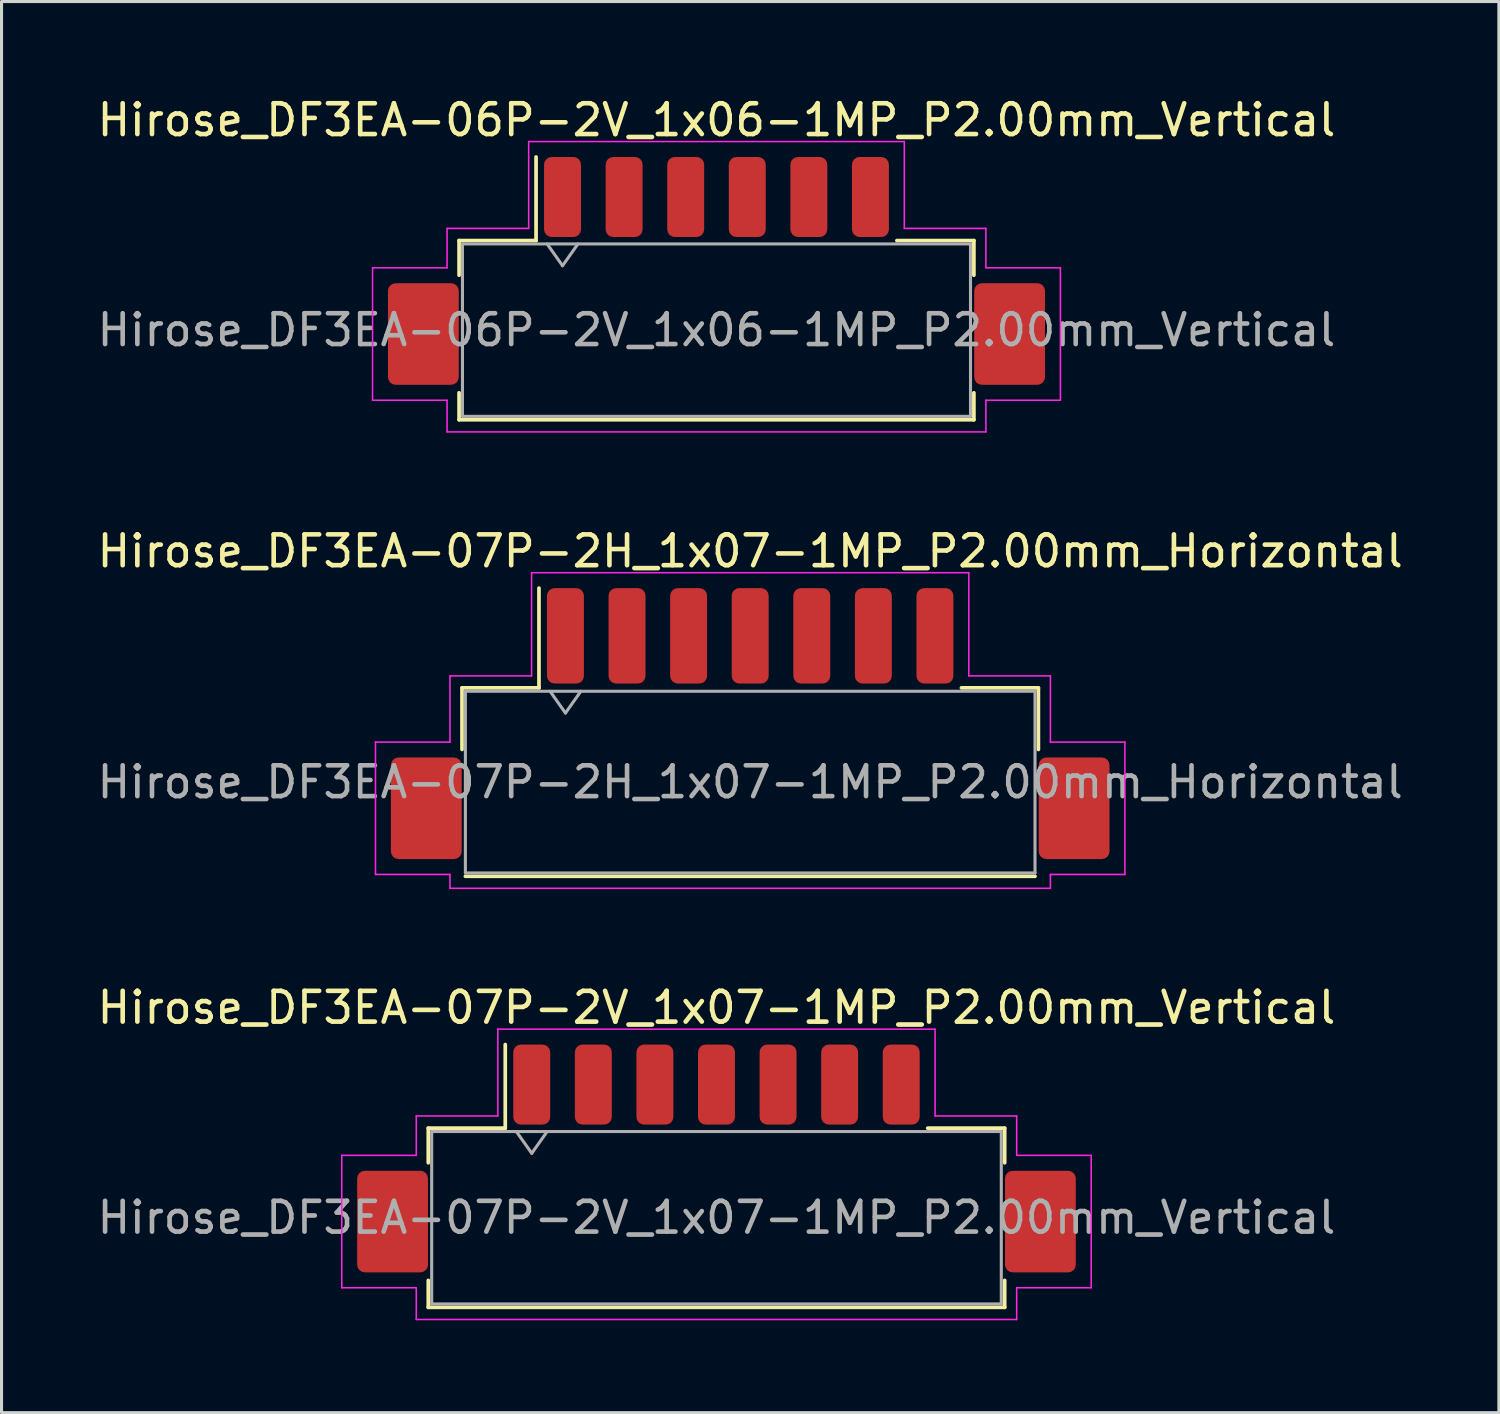
<source format=kicad_pcb>
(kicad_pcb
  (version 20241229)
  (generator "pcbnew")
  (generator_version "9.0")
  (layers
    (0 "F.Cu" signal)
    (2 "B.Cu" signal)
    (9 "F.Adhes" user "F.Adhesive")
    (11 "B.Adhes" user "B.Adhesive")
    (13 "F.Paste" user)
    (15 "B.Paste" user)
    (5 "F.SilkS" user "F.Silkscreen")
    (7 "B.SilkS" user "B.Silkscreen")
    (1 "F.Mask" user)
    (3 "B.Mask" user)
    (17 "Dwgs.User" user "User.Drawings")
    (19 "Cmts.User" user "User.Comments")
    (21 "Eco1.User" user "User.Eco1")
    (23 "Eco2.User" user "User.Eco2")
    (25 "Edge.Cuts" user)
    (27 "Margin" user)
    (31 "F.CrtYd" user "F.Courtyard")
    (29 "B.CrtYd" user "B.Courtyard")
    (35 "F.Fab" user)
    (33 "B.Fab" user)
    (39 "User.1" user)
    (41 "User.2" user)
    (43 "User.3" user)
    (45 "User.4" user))
  (footprint "Hirose_DF3EA-07P-2V_1x07-1MP_P2.00mm_Vertical"
    (layer "F.Cu")
    (at 20.22 34.575)
    (property "Reference" "Hirose_DF3EA-07P-2V_1x07-1MP_P2.00mm_Vertical" (at 0 -4.9 0) (layer "F.SilkS") (effects (font (size 1 1) (thickness 0.15))))
    (attr smd)
    (fp_line (start -9.36 -0.985) (end -6.86 -0.985) (stroke (width 0.12) (type solid)) (layer "F.SilkS"))
    (fp_line (start -9.36 0.14) (end -9.36 -0.985) (stroke (width 0.12) (type solid)) (layer "F.SilkS"))
    (fp_line (start -9.36 3.96) (end -9.36 4.835) (stroke (width 0.12) (type solid)) (layer "F.SilkS"))
    (fp_line (start -9.36 4.835) (end 9.36 4.835) (stroke (width 0.12) (type solid)) (layer "F.SilkS"))
    (fp_line (start -6.86 -0.985) (end -6.86 -3.7) (stroke (width 0.12) (type solid)) (layer "F.SilkS"))
    (fp_line (start 9.36 -0.985) (end 6.86 -0.985) (stroke (width 0.12) (type solid)) (layer "F.SilkS"))
    (fp_line (start 9.36 0.14) (end 9.36 -0.985) (stroke (width 0.12) (type solid)) (layer "F.SilkS"))
    (fp_line (start 9.36 4.835) (end 9.36 3.96) (stroke (width 0.12) (type solid)) (layer "F.SilkS"))
    (fp_line (start -12.17 -0.1) (end -9.75 -0.1) (stroke (width 0.05) (type solid)) (layer "F.CrtYd"))
    (fp_line (start -12.17 4.2) (end -12.17 -0.1) (stroke (width 0.05) (type solid)) (layer "F.CrtYd"))
    (fp_line (start -9.75 -1.38) (end -7.1 -1.38) (stroke (width 0.05) (type solid)) (layer "F.CrtYd"))
    (fp_line (start -9.75 -0.1) (end -9.75 -1.38) (stroke (width 0.05) (type solid)) (layer "F.CrtYd"))
    (fp_line (start -9.75 4.2) (end -12.17 4.2) (stroke (width 0.05) (type solid)) (layer "F.CrtYd"))
    (fp_line (start -9.75 5.23) (end -9.75 4.2) (stroke (width 0.05) (type solid)) (layer "F.CrtYd"))
    (fp_line (start -7.1 -4.2) (end 7.1 -4.2) (stroke (width 0.05) (type solid)) (layer "F.CrtYd"))
    (fp_line (start -7.1 -1.38) (end -7.1 -4.2) (stroke (width 0.05) (type solid)) (layer "F.CrtYd"))
    (fp_line (start 7.1 -4.2) (end 7.1 -1.38) (stroke (width 0.05) (type solid)) (layer "F.CrtYd"))
    (fp_line (start 7.1 -1.38) (end 9.75 -1.38) (stroke (width 0.05) (type solid)) (layer "F.CrtYd"))
    (fp_line (start 9.75 -1.38) (end 9.75 -0.1) (stroke (width 0.05) (type solid)) (layer "F.CrtYd"))
    (fp_line (start 9.75 -0.1) (end 12.17 -0.1) (stroke (width 0.05) (type solid)) (layer "F.CrtYd"))
    (fp_line (start 9.75 4.2) (end 9.75 5.23) (stroke (width 0.05) (type solid)) (layer "F.CrtYd"))
    (fp_line (start 9.75 5.23) (end -9.75 5.23) (stroke (width 0.05) (type solid)) (layer "F.CrtYd"))
    (fp_line (start 12.17 -0.1) (end 12.17 4.2) (stroke (width 0.05) (type solid)) (layer "F.CrtYd"))
    (fp_line (start 12.17 4.2) (end 9.75 4.2) (stroke (width 0.05) (type solid)) (layer "F.CrtYd"))
    (fp_line (start -9.25 -0.875) (end -9.25 4.725) (stroke (width 0.1) (type solid)) (layer "F.Fab"))
    (fp_line (start -9.25 -0.875) (end 9.25 -0.875) (stroke (width 0.1) (type solid)) (layer "F.Fab"))
    (fp_line (start -9.25 4.725) (end 9.25 4.725) (stroke (width 0.1) (type solid)) (layer "F.Fab"))
    (fp_line (start -6.5 -0.875) (end -6 -0.168) (stroke (width 0.1) (type solid)) (layer "F.Fab"))
    (fp_line (start -6 -0.168) (end -5.5 -0.875) (stroke (width 0.1) (type solid)) (layer "F.Fab"))
    (fp_line (start 9.25 -0.875) (end 9.25 4.725) (stroke (width 0.1) (type solid)) (layer "F.Fab"))
    (fp_text user "${REFERENCE}" (at 0 1.92 0) (layer "F.Fab") (effects (font (size 1 1) (thickness 0.15))))
    (pad "1" smd roundrect (at -6 -2.4) (size 1.2 2.6) (layers "F.Cu" "F.Mask" "F.Paste") (roundrect_rratio 0.208))
    (pad "2" smd roundrect (at -4 -2.4) (size 1.2 2.6) (layers "F.Cu" "F.Mask" "F.Paste") (roundrect_rratio 0.208))
    (pad "3" smd roundrect (at -2 -2.4) (size 1.2 2.6) (layers "F.Cu" "F.Mask" "F.Paste") (roundrect_rratio 0.208))
    (pad "4" smd roundrect (at 0 -2.4) (size 1.2 2.6) (layers "F.Cu" "F.Mask" "F.Paste") (roundrect_rratio 0.208))
    (pad "5" smd roundrect (at 2 -2.4) (size 1.2 2.6) (layers "F.Cu" "F.Mask" "F.Paste") (roundrect_rratio 0.208))
    (pad "6" smd roundrect (at 4 -2.4) (size 1.2 2.6) (layers "F.Cu" "F.Mask" "F.Paste") (roundrect_rratio 0.208))
    (pad "7" smd roundrect (at 6 -2.4) (size 1.2 2.6) (layers "F.Cu" "F.Mask" "F.Paste") (roundrect_rratio 0.208))
    (pad "MP" smd roundrect (at -10.52 2.05) (size 2.3 3.3) (layers "F.Cu" "F.Mask" "F.Paste") (roundrect_rratio 0.109))
    (pad "MP" smd roundrect (at 10.52 2.05) (size 2.3 3.3) (layers "F.Cu" "F.Mask" "F.Paste") (roundrect_rratio 0.109)))
  (footprint "Hirose_DF3EA-07P-2H_1x07-1MP_P2.00mm_Horizontal"
    (layer "F.Cu")
    (at 21.315 20.451)
    (property "Reference" "Hirose_DF3EA-07P-2H_1x07-1MP_P2.00mm_Horizontal" (at 0 -5.6 0) (layer "F.SilkS") (effects (font (size 1 1) (thickness 0.15))))
    (attr smd)
    (fp_line (start -9.36 -1.16) (end -6.86 -1.16) (stroke (width 0.12) (type solid)) (layer "F.SilkS"))
    (fp_line (start -9.36 0.84) (end -9.36 -1.16) (stroke (width 0.12) (type solid)) (layer "F.SilkS"))
    (fp_line (start -9.25 4.96) (end 9.25 4.96) (stroke (width 0.12) (type solid)) (layer "F.SilkS"))
    (fp_line (start -6.86 -1.16) (end -6.86 -4.4) (stroke (width 0.12) (type solid)) (layer "F.SilkS"))
    (fp_line (start 9.36 -1.16) (end 6.86 -1.16) (stroke (width 0.12) (type solid)) (layer "F.SilkS"))
    (fp_line (start 9.36 0.84) (end 9.36 -1.16) (stroke (width 0.12) (type solid)) (layer "F.SilkS"))
    (fp_line (start -12.17 0.6) (end -9.75 0.6) (stroke (width 0.05) (type solid)) (layer "F.CrtYd"))
    (fp_line (start -12.17 4.9) (end -12.17 0.6) (stroke (width 0.05) (type solid)) (layer "F.CrtYd"))
    (fp_line (start -9.75 -1.55) (end -7.1 -1.55) (stroke (width 0.05) (type solid)) (layer "F.CrtYd"))
    (fp_line (start -9.75 0.6) (end -9.75 -1.55) (stroke (width 0.05) (type solid)) (layer "F.CrtYd"))
    (fp_line (start -9.75 4.9) (end -12.17 4.9) (stroke (width 0.05) (type solid)) (layer "F.CrtYd"))
    (fp_line (start -9.75 5.35) (end -9.75 4.9) (stroke (width 0.05) (type solid)) (layer "F.CrtYd"))
    (fp_line (start -7.1 -4.9) (end 7.1 -4.9) (stroke (width 0.05) (type solid)) (layer "F.CrtYd"))
    (fp_line (start -7.1 -1.55) (end -7.1 -4.9) (stroke (width 0.05) (type solid)) (layer "F.CrtYd"))
    (fp_line (start 7.1 -4.9) (end 7.1 -1.55) (stroke (width 0.05) (type solid)) (layer "F.CrtYd"))
    (fp_line (start 7.1 -1.55) (end 9.75 -1.55) (stroke (width 0.05) (type solid)) (layer "F.CrtYd"))
    (fp_line (start 9.75 -1.55) (end 9.75 0.6) (stroke (width 0.05) (type solid)) (layer "F.CrtYd"))
    (fp_line (start 9.75 0.6) (end 12.17 0.6) (stroke (width 0.05) (type solid)) (layer "F.CrtYd"))
    (fp_line (start 9.75 4.9) (end 9.75 5.35) (stroke (width 0.05) (type solid)) (layer "F.CrtYd"))
    (fp_line (start 9.75 5.35) (end -9.75 5.35) (stroke (width 0.05) (type solid)) (layer "F.CrtYd"))
    (fp_line (start 12.17 0.6) (end 12.17 4.9) (stroke (width 0.05) (type solid)) (layer "F.CrtYd"))
    (fp_line (start 12.17 4.9) (end 9.75 4.9) (stroke (width 0.05) (type solid)) (layer "F.CrtYd"))
    (fp_line (start -9.25 -1.05) (end -9.25 4.85) (stroke (width 0.1) (type solid)) (layer "F.Fab"))
    (fp_line (start -9.25 -1.05) (end 9.25 -1.05) (stroke (width 0.1) (type solid)) (layer "F.Fab"))
    (fp_line (start -9.25 4.85) (end 9.25 4.85) (stroke (width 0.1) (type solid)) (layer "F.Fab"))
    (fp_line (start -6.5 -1.05) (end -6 -0.343) (stroke (width 0.1) (type solid)) (layer "F.Fab"))
    (fp_line (start -6 -0.343) (end -5.5 -1.05) (stroke (width 0.1) (type solid)) (layer "F.Fab"))
    (fp_line (start 9.25 -1.05) (end 9.25 4.85) (stroke (width 0.1) (type solid)) (layer "F.Fab"))
    (fp_text user "${REFERENCE}" (at 0 1.9 0) (layer "F.Fab") (effects (font (size 1 1) (thickness 0.15))))
    (pad "1" smd roundrect (at -6 -2.85) (size 1.2 3.1) (layers "F.Cu" "F.Mask" "F.Paste") (roundrect_rratio 0.208))
    (pad "2" smd roundrect (at -4 -2.85) (size 1.2 3.1) (layers "F.Cu" "F.Mask" "F.Paste") (roundrect_rratio 0.208))
    (pad "3" smd roundrect (at -2 -2.85) (size 1.2 3.1) (layers "F.Cu" "F.Mask" "F.Paste") (roundrect_rratio 0.208))
    (pad "4" smd roundrect (at 0 -2.85) (size 1.2 3.1) (layers "F.Cu" "F.Mask" "F.Paste") (roundrect_rratio 0.208))
    (pad "5" smd roundrect (at 2 -2.85) (size 1.2 3.1) (layers "F.Cu" "F.Mask" "F.Paste") (roundrect_rratio 0.208))
    (pad "6" smd roundrect (at 4 -2.85) (size 1.2 3.1) (layers "F.Cu" "F.Mask" "F.Paste") (roundrect_rratio 0.208))
    (pad "7" smd roundrect (at 6 -2.85) (size 1.2 3.1) (layers "F.Cu" "F.Mask" "F.Paste") (roundrect_rratio 0.208))
    (pad "MP" smd roundrect (at -10.52 2.75) (size 2.3 3.3) (layers "F.Cu" "F.Mask" "F.Paste") (roundrect_rratio 0.109))
    (pad "MP" smd roundrect (at 10.52 2.75) (size 2.3 3.3) (layers "F.Cu" "F.Mask" "F.Paste") (roundrect_rratio 0.109)))
  (footprint "Hirose_DF3EA-06P-2V_1x06-1MP_P2.00mm_Vertical"
    (layer "F.Cu")
    (at 20.22 5.748)
    (property "Reference" "Hirose_DF3EA-06P-2V_1x06-1MP_P2.00mm_Vertical" (at 0 -4.9 0) (layer "F.SilkS") (effects (font (size 1 1) (thickness 0.15))))
    (attr smd)
    (fp_line (start -8.36 -0.985) (end -5.86 -0.985) (stroke (width 0.12) (type solid)) (layer "F.SilkS"))
    (fp_line (start -8.36 0.14) (end -8.36 -0.985) (stroke (width 0.12) (type solid)) (layer "F.SilkS"))
    (fp_line (start -8.36 3.96) (end -8.36 4.835) (stroke (width 0.12) (type solid)) (layer "F.SilkS"))
    (fp_line (start -8.36 4.835) (end 8.36 4.835) (stroke (width 0.12) (type solid)) (layer "F.SilkS"))
    (fp_line (start -5.86 -0.985) (end -5.86 -3.7) (stroke (width 0.12) (type solid)) (layer "F.SilkS"))
    (fp_line (start 8.36 -0.985) (end 5.86 -0.985) (stroke (width 0.12) (type solid)) (layer "F.SilkS"))
    (fp_line (start 8.36 0.14) (end 8.36 -0.985) (stroke (width 0.12) (type solid)) (layer "F.SilkS"))
    (fp_line (start 8.36 4.835) (end 8.36 3.96) (stroke (width 0.12) (type solid)) (layer "F.SilkS"))
    (fp_line (start -11.17 -0.1) (end -8.75 -0.1) (stroke (width 0.05) (type solid)) (layer "F.CrtYd"))
    (fp_line (start -11.17 4.2) (end -11.17 -0.1) (stroke (width 0.05) (type solid)) (layer "F.CrtYd"))
    (fp_line (start -8.75 -1.38) (end -6.1 -1.38) (stroke (width 0.05) (type solid)) (layer "F.CrtYd"))
    (fp_line (start -8.75 -0.1) (end -8.75 -1.38) (stroke (width 0.05) (type solid)) (layer "F.CrtYd"))
    (fp_line (start -8.75 4.2) (end -11.17 4.2) (stroke (width 0.05) (type solid)) (layer "F.CrtYd"))
    (fp_line (start -8.75 5.23) (end -8.75 4.2) (stroke (width 0.05) (type solid)) (layer "F.CrtYd"))
    (fp_line (start -6.1 -4.2) (end 6.1 -4.2) (stroke (width 0.05) (type solid)) (layer "F.CrtYd"))
    (fp_line (start -6.1 -1.38) (end -6.1 -4.2) (stroke (width 0.05) (type solid)) (layer "F.CrtYd"))
    (fp_line (start 6.1 -4.2) (end 6.1 -1.38) (stroke (width 0.05) (type solid)) (layer "F.CrtYd"))
    (fp_line (start 6.1 -1.38) (end 8.75 -1.38) (stroke (width 0.05) (type solid)) (layer "F.CrtYd"))
    (fp_line (start 8.75 -1.38) (end 8.75 -0.1) (stroke (width 0.05) (type solid)) (layer "F.CrtYd"))
    (fp_line (start 8.75 -0.1) (end 11.17 -0.1) (stroke (width 0.05) (type solid)) (layer "F.CrtYd"))
    (fp_line (start 8.75 4.2) (end 8.75 5.23) (stroke (width 0.05) (type solid)) (layer "F.CrtYd"))
    (fp_line (start 8.75 5.23) (end -8.75 5.23) (stroke (width 0.05) (type solid)) (layer "F.CrtYd"))
    (fp_line (start 11.17 -0.1) (end 11.17 4.2) (stroke (width 0.05) (type solid)) (layer "F.CrtYd"))
    (fp_line (start 11.17 4.2) (end 8.75 4.2) (stroke (width 0.05) (type solid)) (layer "F.CrtYd"))
    (fp_line (start -8.25 -0.875) (end -8.25 4.725) (stroke (width 0.1) (type solid)) (layer "F.Fab"))
    (fp_line (start -8.25 -0.875) (end 8.25 -0.875) (stroke (width 0.1) (type solid)) (layer "F.Fab"))
    (fp_line (start -8.25 4.725) (end 8.25 4.725) (stroke (width 0.1) (type solid)) (layer "F.Fab"))
    (fp_line (start -5.5 -0.875) (end -5 -0.168) (stroke (width 0.1) (type solid)) (layer "F.Fab"))
    (fp_line (start -5 -0.168) (end -4.5 -0.875) (stroke (width 0.1) (type solid)) (layer "F.Fab"))
    (fp_line (start 8.25 -0.875) (end 8.25 4.725) (stroke (width 0.1) (type solid)) (layer "F.Fab"))
    (fp_text user "${REFERENCE}" (at 0 1.92 0) (layer "F.Fab") (effects (font (size 1 1) (thickness 0.15))))
    (pad "1" smd roundrect (at -5 -2.4) (size 1.2 2.6) (layers "F.Cu" "F.Mask" "F.Paste") (roundrect_rratio 0.208))
    (pad "2" smd roundrect (at -3 -2.4) (size 1.2 2.6) (layers "F.Cu" "F.Mask" "F.Paste") (roundrect_rratio 0.208))
    (pad "3" smd roundrect (at -1 -2.4) (size 1.2 2.6) (layers "F.Cu" "F.Mask" "F.Paste") (roundrect_rratio 0.208))
    (pad "4" smd roundrect (at 1 -2.4) (size 1.2 2.6) (layers "F.Cu" "F.Mask" "F.Paste") (roundrect_rratio 0.208))
    (pad "5" smd roundrect (at 3 -2.4) (size 1.2 2.6) (layers "F.Cu" "F.Mask" "F.Paste") (roundrect_rratio 0.208))
    (pad "6" smd roundrect (at 5 -2.4) (size 1.2 2.6) (layers "F.Cu" "F.Mask" "F.Paste") (roundrect_rratio 0.208))
    (pad "MP" smd roundrect (at -9.52 2.05) (size 2.3 3.3) (layers "F.Cu" "F.Mask" "F.Paste") (roundrect_rratio 0.109))
    (pad "MP" smd roundrect (at 9.52 2.05) (size 2.3 3.3) (layers "F.Cu" "F.Mask" "F.Paste") (roundrect_rratio 0.109)))
  (gr_rect
    (start -3 -3)
    (end 45.631 42.83)
    (stroke (width 0.1) (type default))
    (fill no)
    (layer "Edge.Cuts")))
</source>
